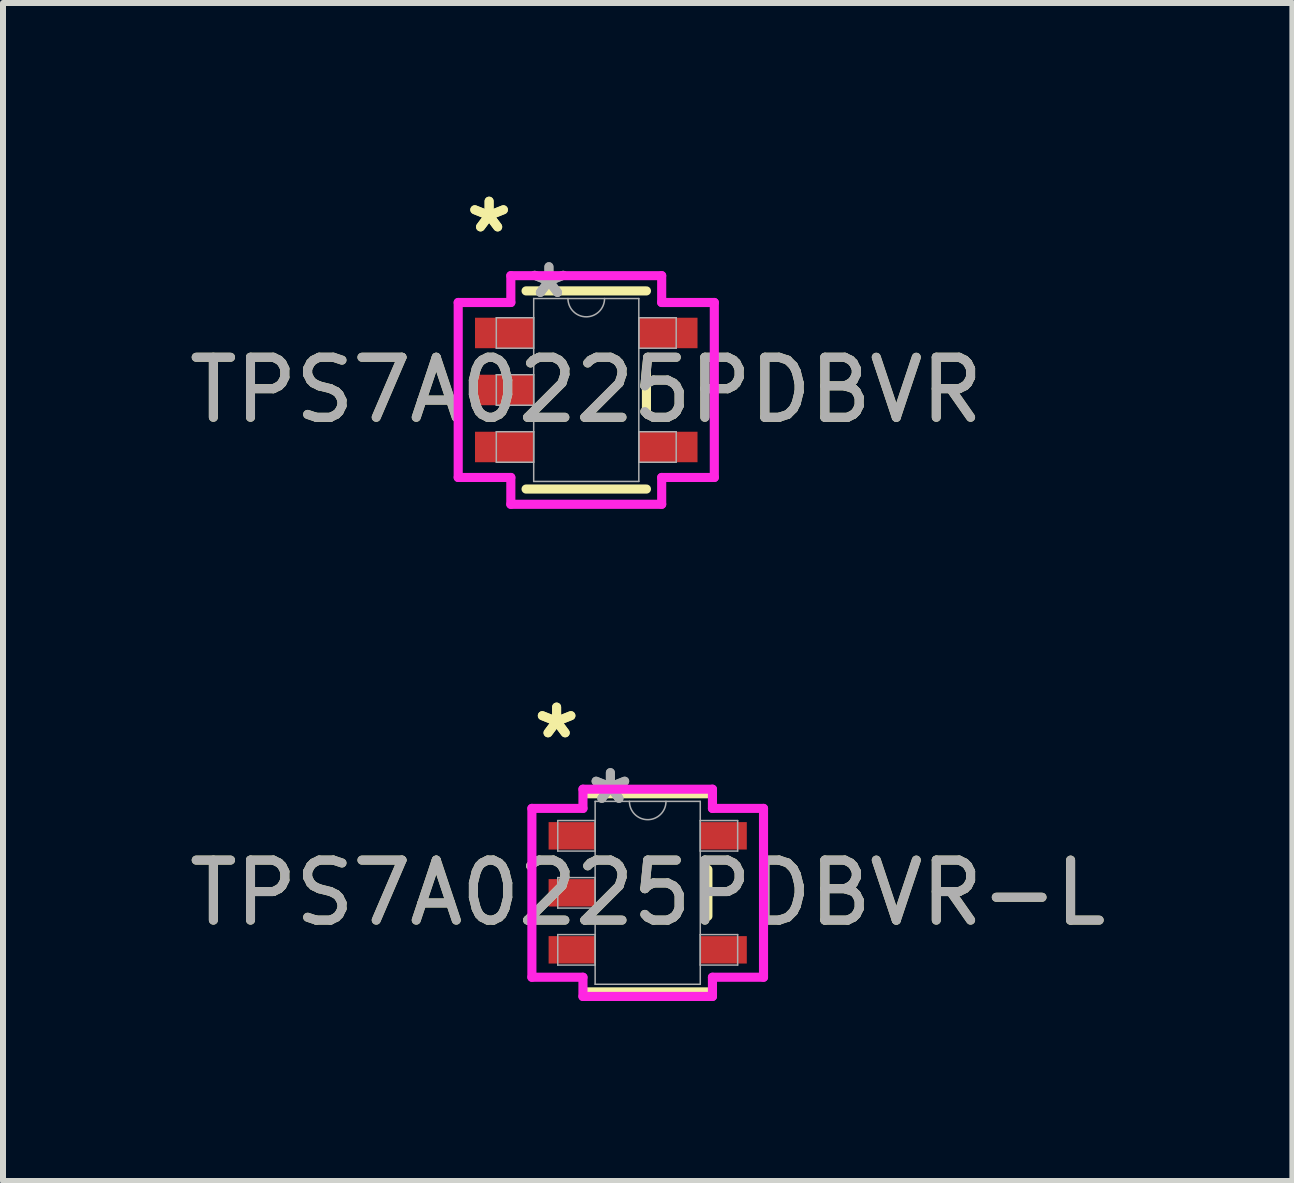
<source format=kicad_pcb>
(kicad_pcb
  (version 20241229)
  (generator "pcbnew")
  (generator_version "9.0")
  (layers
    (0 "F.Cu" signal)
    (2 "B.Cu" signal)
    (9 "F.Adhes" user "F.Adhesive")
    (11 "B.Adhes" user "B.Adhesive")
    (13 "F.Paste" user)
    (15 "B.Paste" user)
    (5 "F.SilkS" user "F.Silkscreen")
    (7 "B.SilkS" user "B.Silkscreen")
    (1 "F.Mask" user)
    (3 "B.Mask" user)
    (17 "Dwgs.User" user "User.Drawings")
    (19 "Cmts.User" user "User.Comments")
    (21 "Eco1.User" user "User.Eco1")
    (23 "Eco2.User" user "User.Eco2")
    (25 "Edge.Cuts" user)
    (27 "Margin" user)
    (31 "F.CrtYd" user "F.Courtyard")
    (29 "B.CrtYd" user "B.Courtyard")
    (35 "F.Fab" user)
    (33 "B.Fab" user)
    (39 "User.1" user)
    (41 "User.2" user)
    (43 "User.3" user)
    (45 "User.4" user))
  (footprint "TPS7A0225PDBVR"
    (layer "F.Cu")
    (at 6.72 3.449)
    (property "Reference" "TPS7A0225PDBVR" (at 0 0 0) (unlocked yes) (layer "F.SilkS") (effects (font (size 1 1) (thickness 0.15))))
    (attr smd)
    (fp_line (start -1.003 1.651) (end 1.003 1.651) (stroke (width 0.152) (type solid)) (layer "F.SilkS"))
    (fp_line (start 1.003 -1.651) (end -1.003 -1.651) (stroke (width 0.152) (type solid)) (layer "F.SilkS"))
    (fp_line (start 1.003 0.363) (end 1.003 -0.363) (stroke (width 0.152) (type solid)) (layer "F.SilkS"))
    (fp_line (start -2.134 -1.458) (end -1.257 -1.458) (stroke (width 0.152) (type solid)) (layer "F.CrtYd"))
    (fp_line (start -2.134 1.458) (end -2.134 -1.458) (stroke (width 0.152) (type solid)) (layer "F.CrtYd"))
    (fp_line (start -1.257 -1.905) (end 1.257 -1.905) (stroke (width 0.152) (type solid)) (layer "F.CrtYd"))
    (fp_line (start -1.257 -1.458) (end -1.257 -1.905) (stroke (width 0.152) (type solid)) (layer "F.CrtYd"))
    (fp_line (start -1.257 1.458) (end -2.134 1.458) (stroke (width 0.152) (type solid)) (layer "F.CrtYd"))
    (fp_line (start -1.257 1.905) (end -1.257 1.458) (stroke (width 0.152) (type solid)) (layer "F.CrtYd"))
    (fp_line (start 1.257 -1.905) (end 1.257 -1.458) (stroke (width 0.152) (type solid)) (layer "F.CrtYd"))
    (fp_line (start 1.257 -1.458) (end 2.134 -1.458) (stroke (width 0.152) (type solid)) (layer "F.CrtYd"))
    (fp_line (start 1.257 1.458) (end 1.257 1.905) (stroke (width 0.152) (type solid)) (layer "F.CrtYd"))
    (fp_line (start 1.257 1.905) (end -1.257 1.905) (stroke (width 0.152) (type solid)) (layer "F.CrtYd"))
    (fp_line (start 2.134 -1.458) (end 2.134 1.458) (stroke (width 0.152) (type solid)) (layer "F.CrtYd"))
    (fp_line (start 2.134 1.458) (end 1.257 1.458) (stroke (width 0.152) (type solid)) (layer "F.CrtYd"))
    (fp_line (start -1.499 -1.204) (end -1.499 -0.696) (stroke (width 0.025) (type solid)) (layer "F.Fab"))
    (fp_line (start -1.499 -0.696) (end -0.876 -0.696) (stroke (width 0.025) (type solid)) (layer "F.Fab"))
    (fp_line (start -1.499 -0.254) (end -1.499 0.254) (stroke (width 0.025) (type solid)) (layer "F.Fab"))
    (fp_line (start -1.499 0.254) (end -0.876 0.254) (stroke (width 0.025) (type solid)) (layer "F.Fab"))
    (fp_line (start -1.499 0.696) (end -1.499 1.204) (stroke (width 0.025) (type solid)) (layer "F.Fab"))
    (fp_line (start -1.499 1.204) (end -0.876 1.204) (stroke (width 0.025) (type solid)) (layer "F.Fab"))
    (fp_line (start -0.876 -1.524) (end -0.876 1.524) (stroke (width 0.025) (type solid)) (layer "F.Fab"))
    (fp_line (start -0.876 -1.204) (end -1.499 -1.204) (stroke (width 0.025) (type solid)) (layer "F.Fab"))
    (fp_line (start -0.876 -0.696) (end -0.876 -1.204) (stroke (width 0.025) (type solid)) (layer "F.Fab"))
    (fp_line (start -0.876 -0.254) (end -1.499 -0.254) (stroke (width 0.025) (type solid)) (layer "F.Fab"))
    (fp_line (start -0.876 0.254) (end -0.876 -0.254) (stroke (width 0.025) (type solid)) (layer "F.Fab"))
    (fp_line (start -0.876 0.696) (end -1.499 0.696) (stroke (width 0.025) (type solid)) (layer "F.Fab"))
    (fp_line (start -0.876 1.204) (end -0.876 0.696) (stroke (width 0.025) (type solid)) (layer "F.Fab"))
    (fp_line (start -0.876 1.524) (end 0.876 1.524) (stroke (width 0.025) (type solid)) (layer "F.Fab"))
    (fp_line (start 0.876 -1.524) (end -0.876 -1.524) (stroke (width 0.025) (type solid)) (layer "F.Fab"))
    (fp_line (start 0.876 -1.204) (end 0.876 -0.696) (stroke (width 0.025) (type solid)) (layer "F.Fab"))
    (fp_line (start 0.876 -0.696) (end 1.499 -0.696) (stroke (width 0.025) (type solid)) (layer "F.Fab"))
    (fp_line (start 0.876 0.696) (end 0.876 1.204) (stroke (width 0.025) (type solid)) (layer "F.Fab"))
    (fp_line (start 0.876 1.204) (end 1.499 1.204) (stroke (width 0.025) (type solid)) (layer "F.Fab"))
    (fp_line (start 0.876 1.524) (end 0.876 -1.524) (stroke (width 0.025) (type solid)) (layer "F.Fab"))
    (fp_line (start 1.499 -1.204) (end 0.876 -1.204) (stroke (width 0.025) (type solid)) (layer "F.Fab"))
    (fp_line (start 1.499 -0.696) (end 1.499 -1.204) (stroke (width 0.025) (type solid)) (layer "F.Fab"))
    (fp_line (start 1.499 0.696) (end 0.876 0.696) (stroke (width 0.025) (type solid)) (layer "F.Fab"))
    (fp_line (start 1.499 1.204) (end 1.499 0.696) (stroke (width 0.025) (type solid)) (layer "F.Fab"))
    (fp_arc (start 0.3048 -1.524) (mid 0 -1.2192) (end -0.3048 -1.524) (stroke (width 0.0254) (type solid)) (layer "F.Fab"))
    (fp_text user "*" (at -1.619 -2.601 0) (layer "F.SilkS") (effects (font (size 1 1) (thickness 0.15))))
    (fp_text user "*" (at -1.619 -2.601 0) (unlocked yes) (layer "F.SilkS") (effects (font (size 1 1) (thickness 0.15))))
    (fp_text user "${REFERENCE}" (at 0 0 0) (unlocked yes) (layer "F.Fab") (effects (font (size 1 1) (thickness 0.15))))
    (fp_text user "*" (at -0.622 -1.509 0) (layer "F.Fab") (effects (font (size 1 1) (thickness 0.15))))
    (fp_text user "*" (at -0.622 -1.509 0) (unlocked yes) (layer "F.Fab") (effects (font (size 1 1) (thickness 0.15))))
    (pad "1" smd rect (at -1.365 -0.95) (size 0.978 0.508) (layers "F.Cu" "F.Mask" "F.Paste"))
    (pad "2" smd rect (at -1.365 0) (size 0.978 0.508) (layers "F.Cu" "F.Mask" "F.Paste"))
    (pad "3" smd rect (at -1.365 0.95) (size 0.978 0.508) (layers "F.Cu" "F.Mask" "F.Paste"))
    (pad "4" smd rect (at 1.365 0.95) (size 0.978 0.508) (layers "F.Cu" "F.Mask" "F.Paste"))
    (pad "5" smd rect (at 1.365 -0.95) (size 0.978 0.508) (layers "F.Cu" "F.Mask" "F.Paste")))
  (footprint "TPS7A0225PDBVR-L"
    (layer "F.Cu")
    (at 7.744 11.829)
    (property "Reference" "TPS7A0225PDBVR-L" (at 0 0 0) (unlocked yes) (layer "F.SilkS") (effects (font (size 1 1) (thickness 0.15))))
    (attr smd)
    (fp_line (start -1.003 1.651) (end 1.003 1.651) (stroke (width 0.152) (type solid)) (layer "F.SilkS"))
    (fp_line (start 1.003 -1.651) (end -1.003 -1.651) (stroke (width 0.152) (type solid)) (layer "F.SilkS"))
    (fp_line (start 1.003 0.389) (end 1.003 -0.389) (stroke (width 0.152) (type solid)) (layer "F.SilkS"))
    (fp_line (start -1.93 -1.407) (end -1.079 -1.407) (stroke (width 0.152) (type solid)) (layer "F.CrtYd"))
    (fp_line (start -1.93 1.407) (end -1.93 -1.407) (stroke (width 0.152) (type solid)) (layer "F.CrtYd"))
    (fp_line (start -1.079 -1.727) (end 1.079 -1.727) (stroke (width 0.152) (type solid)) (layer "F.CrtYd"))
    (fp_line (start -1.079 -1.407) (end -1.079 -1.727) (stroke (width 0.152) (type solid)) (layer "F.CrtYd"))
    (fp_line (start -1.079 1.407) (end -1.93 1.407) (stroke (width 0.152) (type solid)) (layer "F.CrtYd"))
    (fp_line (start -1.079 1.727) (end -1.079 1.407) (stroke (width 0.152) (type solid)) (layer "F.CrtYd"))
    (fp_line (start 1.079 -1.727) (end 1.079 -1.407) (stroke (width 0.152) (type solid)) (layer "F.CrtYd"))
    (fp_line (start 1.079 -1.407) (end 1.93 -1.407) (stroke (width 0.152) (type solid)) (layer "F.CrtYd"))
    (fp_line (start 1.079 1.407) (end 1.079 1.727) (stroke (width 0.152) (type solid)) (layer "F.CrtYd"))
    (fp_line (start 1.079 1.727) (end -1.079 1.727) (stroke (width 0.152) (type solid)) (layer "F.CrtYd"))
    (fp_line (start 1.93 -1.407) (end 1.93 1.407) (stroke (width 0.152) (type solid)) (layer "F.CrtYd"))
    (fp_line (start 1.93 1.407) (end 1.079 1.407) (stroke (width 0.152) (type solid)) (layer "F.CrtYd"))
    (fp_line (start -1.499 -1.204) (end -1.499 -0.696) (stroke (width 0.025) (type solid)) (layer "F.Fab"))
    (fp_line (start -1.499 -0.696) (end -0.876 -0.696) (stroke (width 0.025) (type solid)) (layer "F.Fab"))
    (fp_line (start -1.499 -0.254) (end -1.499 0.254) (stroke (width 0.025) (type solid)) (layer "F.Fab"))
    (fp_line (start -1.499 0.254) (end -0.876 0.254) (stroke (width 0.025) (type solid)) (layer "F.Fab"))
    (fp_line (start -1.499 0.696) (end -1.499 1.204) (stroke (width 0.025) (type solid)) (layer "F.Fab"))
    (fp_line (start -1.499 1.204) (end -0.876 1.204) (stroke (width 0.025) (type solid)) (layer "F.Fab"))
    (fp_line (start -0.876 -1.524) (end -0.876 1.524) (stroke (width 0.025) (type solid)) (layer "F.Fab"))
    (fp_line (start -0.876 -1.204) (end -1.499 -1.204) (stroke (width 0.025) (type solid)) (layer "F.Fab"))
    (fp_line (start -0.876 -0.696) (end -0.876 -1.204) (stroke (width 0.025) (type solid)) (layer "F.Fab"))
    (fp_line (start -0.876 -0.254) (end -1.499 -0.254) (stroke (width 0.025) (type solid)) (layer "F.Fab"))
    (fp_line (start -0.876 0.254) (end -0.876 -0.254) (stroke (width 0.025) (type solid)) (layer "F.Fab"))
    (fp_line (start -0.876 0.696) (end -1.499 0.696) (stroke (width 0.025) (type solid)) (layer "F.Fab"))
    (fp_line (start -0.876 1.204) (end -0.876 0.696) (stroke (width 0.025) (type solid)) (layer "F.Fab"))
    (fp_line (start -0.876 1.524) (end 0.876 1.524) (stroke (width 0.025) (type solid)) (layer "F.Fab"))
    (fp_line (start 0.876 -1.524) (end -0.876 -1.524) (stroke (width 0.025) (type solid)) (layer "F.Fab"))
    (fp_line (start 0.876 -1.204) (end 0.876 -0.696) (stroke (width 0.025) (type solid)) (layer "F.Fab"))
    (fp_line (start 0.876 -0.696) (end 1.499 -0.696) (stroke (width 0.025) (type solid)) (layer "F.Fab"))
    (fp_line (start 0.876 0.696) (end 0.876 1.204) (stroke (width 0.025) (type solid)) (layer "F.Fab"))
    (fp_line (start 0.876 1.204) (end 1.499 1.204) (stroke (width 0.025) (type solid)) (layer "F.Fab"))
    (fp_line (start 0.876 1.524) (end 0.876 -1.524) (stroke (width 0.025) (type solid)) (layer "F.Fab"))
    (fp_line (start 1.499 -1.204) (end 0.876 -1.204) (stroke (width 0.025) (type solid)) (layer "F.Fab"))
    (fp_line (start 1.499 -0.696) (end 1.499 -1.204) (stroke (width 0.025) (type solid)) (layer "F.Fab"))
    (fp_line (start 1.499 0.696) (end 0.876 0.696) (stroke (width 0.025) (type solid)) (layer "F.Fab"))
    (fp_line (start 1.499 1.204) (end 1.499 0.696) (stroke (width 0.025) (type solid)) (layer "F.Fab"))
    (fp_arc (start 0.3048 -1.524) (mid 0 -1.2192) (end -0.3048 -1.524) (stroke (width 0.0254) (type solid)) (layer "F.Fab"))
    (fp_text user "*" (at -1.518 -2.55 0) (layer "F.SilkS") (effects (font (size 1 1) (thickness 0.15))))
    (fp_text user "*" (at -1.518 -2.55 0) (unlocked yes) (layer "F.SilkS") (effects (font (size 1 1) (thickness 0.15))))
    (fp_text user "*" (at -0.622 -1.458 0) (layer "F.Fab") (effects (font (size 1 1) (thickness 0.15))))
    (fp_text user "${REFERENCE}" (at 0 0 0) (unlocked yes) (layer "F.Fab") (effects (font (size 1 1) (thickness 0.15))))
    (fp_text user "*" (at -0.622 -1.458 0) (unlocked yes) (layer "F.Fab") (effects (font (size 1 1) (thickness 0.15))))
    (pad "1" smd rect (at -1.264 -0.95) (size 0.775 0.457) (layers "F.Cu" "F.Mask" "F.Paste"))
    (pad "2" smd rect (at -1.264 0) (size 0.775 0.457) (layers "F.Cu" "F.Mask" "F.Paste"))
    (pad "3" smd rect (at -1.264 0.95) (size 0.775 0.457) (layers "F.Cu" "F.Mask" "F.Paste"))
    (pad "4" smd rect (at 1.264 0.95) (size 0.775 0.457) (layers "F.Cu" "F.Mask" "F.Paste"))
    (pad "5" smd rect (at 1.264 -0.95) (size 0.775 0.457) (layers "F.Cu" "F.Mask" "F.Paste")))
  (gr_rect
    (start -3 -3)
    (end 18.488 16.632)
    (stroke (width 0.1) (type default))
    (fill no)
    (layer "Edge.Cuts")))
</source>
